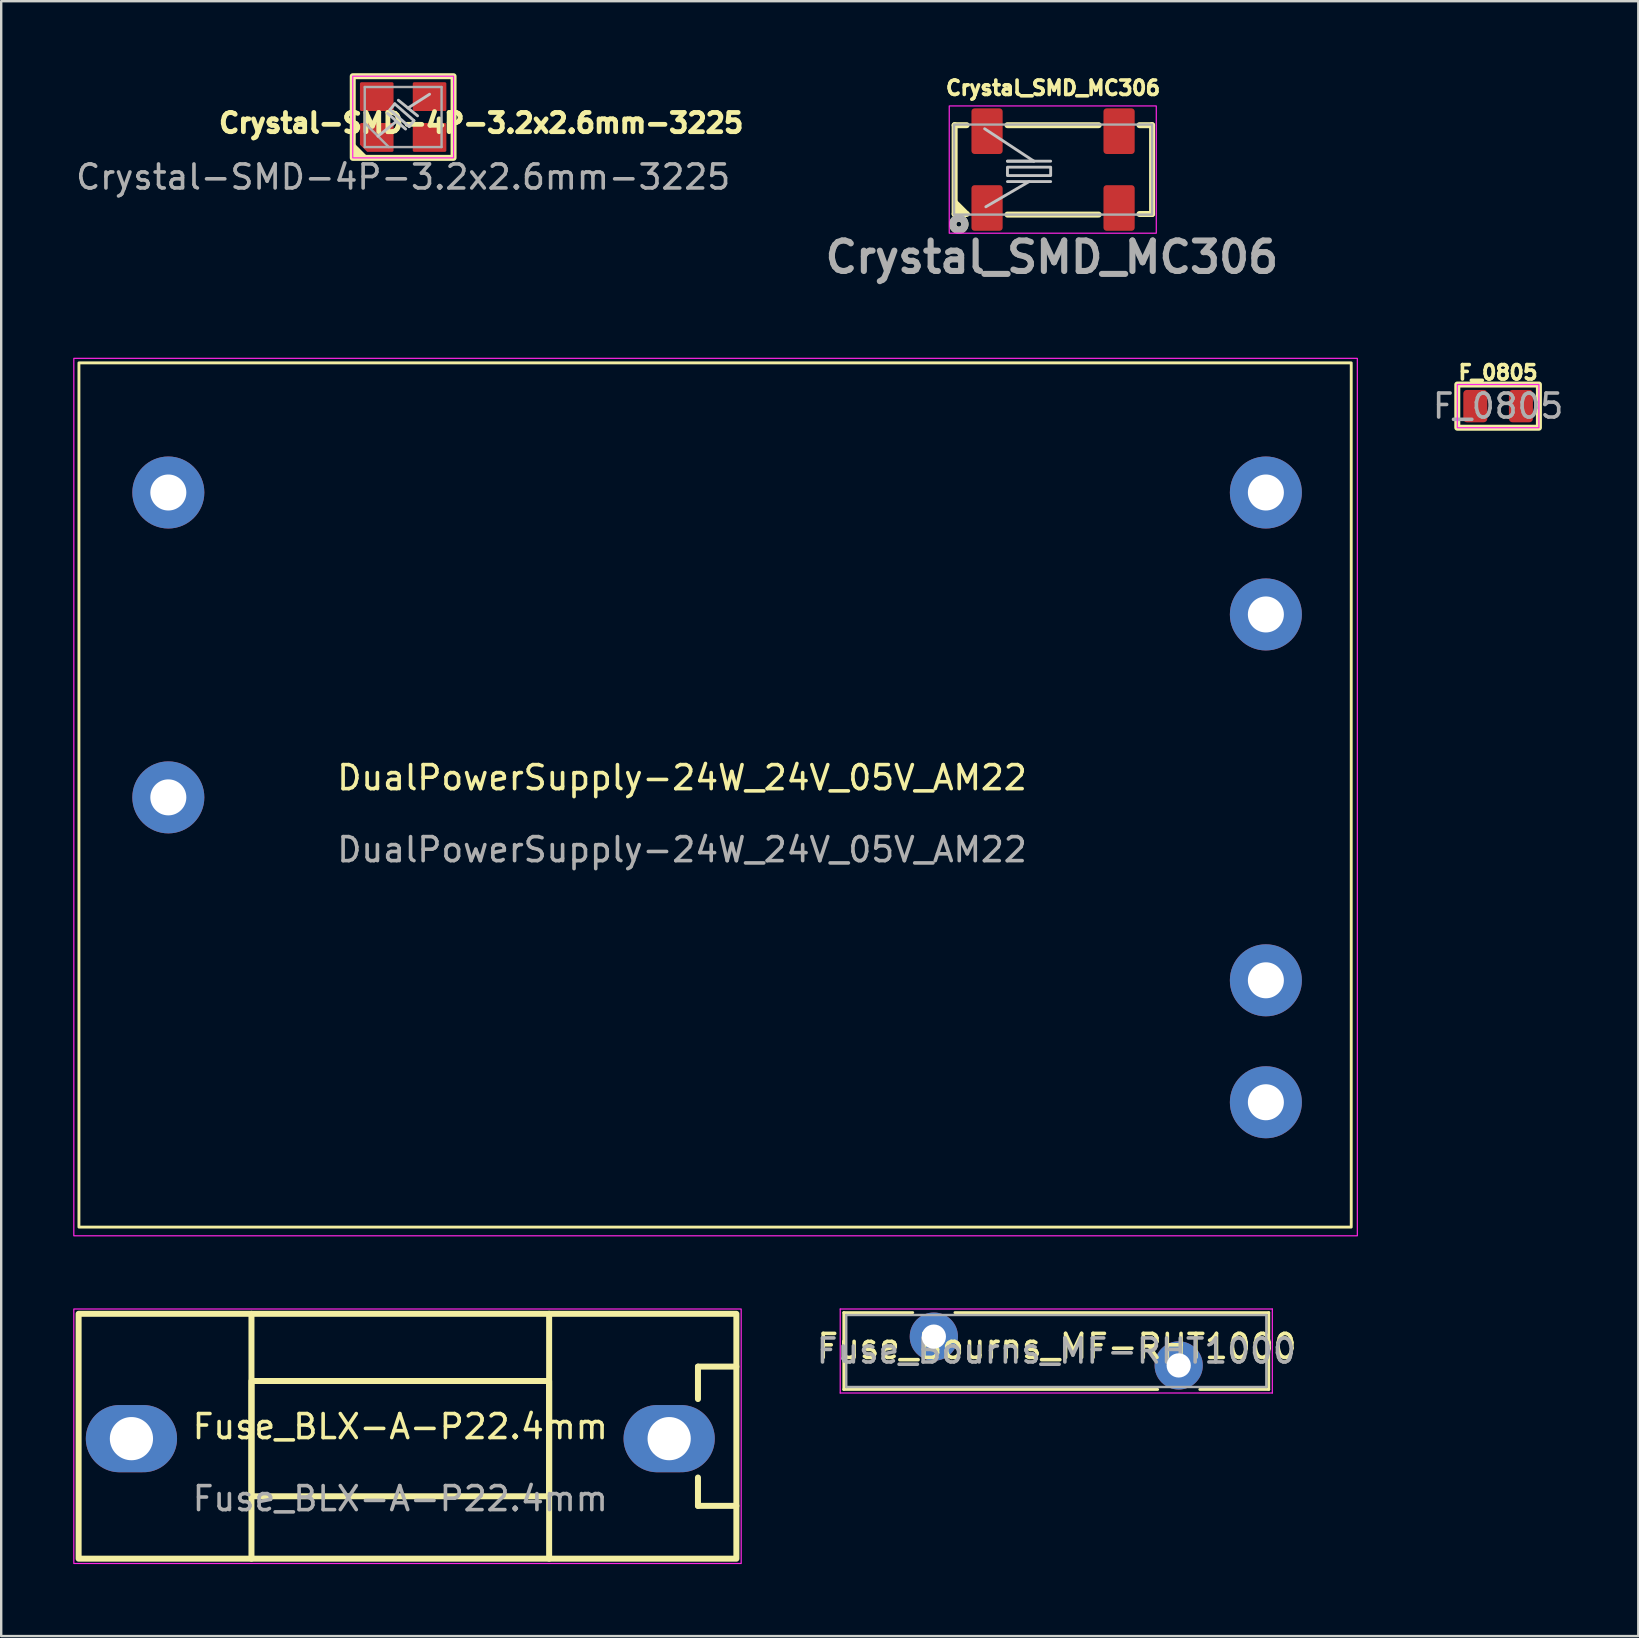
<source format=kicad_pcb>
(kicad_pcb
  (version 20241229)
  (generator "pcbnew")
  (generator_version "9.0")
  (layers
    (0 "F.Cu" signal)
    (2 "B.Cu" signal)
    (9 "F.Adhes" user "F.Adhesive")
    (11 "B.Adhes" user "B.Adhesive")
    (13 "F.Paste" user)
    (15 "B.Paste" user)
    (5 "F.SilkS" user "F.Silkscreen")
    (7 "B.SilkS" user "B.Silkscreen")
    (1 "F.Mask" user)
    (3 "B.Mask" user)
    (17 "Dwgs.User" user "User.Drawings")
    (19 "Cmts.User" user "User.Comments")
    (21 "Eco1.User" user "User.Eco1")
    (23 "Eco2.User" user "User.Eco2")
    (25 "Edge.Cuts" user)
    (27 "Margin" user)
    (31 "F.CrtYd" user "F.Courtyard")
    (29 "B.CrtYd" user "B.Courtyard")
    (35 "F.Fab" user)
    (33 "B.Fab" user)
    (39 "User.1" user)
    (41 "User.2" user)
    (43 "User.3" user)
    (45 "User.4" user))
  (footprint "Crystal-SMD-4P-3.2x2.6mm-3225"
    (layer "F.Cu")
    (at 13.744 1.825)
    (property "Reference" "Crystal-SMD-4P-3.2x2.6mm-3225" (at 3.25 0.25 0) (unlocked yes) (layer "F.SilkS") (effects (font (size 0.8 0.8) (thickness 0.2) (bold yes))))
    (attr smd)
    (fp_rect (start -2.1 -1.7) (end 2.1 1.7) (stroke (width 0.25) (type default)) (fill no) (layer "F.SilkS"))
    (fp_poly (pts (xy -1.5 1.7) (xy -2.1 1.1) (xy -2.1 1.7)) (stroke (width 0.1) (type solid)) (fill yes) (layer "F.SilkS"))
    (fp_line (start -1.05 0.8) (end -0.275 0.175) (stroke (width 0.12) (type default)) (layer "Dwgs.User"))
    (fp_line (start -0.65 -0.15) (end 0.1 0.5) (stroke (width 0.12) (type default)) (layer "Dwgs.User"))
    (fp_line (start -0.55 -0.3) (end 0.25 0.4) (stroke (width 0.12) (type default)) (layer "Dwgs.User"))
    (fp_line (start -0.35 -0.55) (end -0.55 -0.3) (stroke (width 0.12) (type default)) (layer "Dwgs.User"))
    (fp_line (start -0.2 -0.7) (end 0.6 -0.05) (stroke (width 0.12) (type default)) (layer "Dwgs.User"))
    (fp_line (start 0.2 -0.375) (end 1.1 -0.95) (stroke (width 0.12) (type default)) (layer "Dwgs.User"))
    (fp_line (start 0.25 0.4) (end 0.45 0.15) (stroke (width 0.12) (type default)) (layer "Dwgs.User"))
    (fp_line (start 0.45 0.15) (end -0.35 -0.55) (stroke (width 0.12) (type default)) (layer "Dwgs.User"))
    (fp_rect (start -2.1 -1.7) (end 2.1 1.7) (stroke (width 0.05) (type default)) (fill no) (layer "F.CrtYd"))
    (fp_line (start -1.6 -1.25) (end -1.6 1.25) (stroke (width 0.1) (type solid)) (layer "F.Fab"))
    (fp_line (start -1.6 0.25) (end -0.6 1.25) (stroke (width 0.1) (type solid)) (layer "F.Fab"))
    (fp_line (start -1.6 1.25) (end 1.6 1.25) (stroke (width 0.1) (type solid)) (layer "F.Fab"))
    (fp_line (start 1.6 -1.25) (end -1.6 -1.25) (stroke (width 0.1) (type solid)) (layer "F.Fab"))
    (fp_line (start 1.6 1.25) (end 1.6 -1.25) (stroke (width 0.1) (type solid)) (layer "F.Fab"))
    (fp_text user "${REFERENCE}" (at 0 2.5 0) (unlocked yes) (layer "F.Fab") (effects (font (size 1 1) (thickness 0.15))))
    (pad "1" smd roundrect (at -1.1 0.85) (size 1.4 1.2) (layers "F.Cu" "F.Mask" "F.Paste") (roundrect_rratio 0.05) (chamfer_ratio 0.25) (chamfer bottom_left))
    (pad "2" smd roundrect (at 1.1 0.85) (size 1.4 1.2) (layers "F.Cu" "F.Mask" "F.Paste") (roundrect_rratio 0.05))
    (pad "3" smd roundrect (at 1.1 -0.85) (size 1.4 1.2) (layers "F.Cu" "F.Mask" "F.Paste") (roundrect_rratio 0.05))
    (pad "4" smd roundrect (at -1.1 -0.85) (size 1.4 1.2) (layers "F.Cu" "F.Mask" "F.Paste") (roundrect_rratio 0.05)))
  (footprint "DualPowerSupply-24W_24V_05V_AM22"
    (layer "F.Cu")
    (at 3.962 17.466)
    (property "Reference" "DualPowerSupply-24W_24V_05V_AM22" (at 21.4 11.88 0) (unlocked yes) (layer "F.SilkS") (effects (font (size 1 1) (thickness 0.15))))
    (attr through_hole)
    (fp_rect (start -3.724 -5.4) (end 49.276 30.6) (stroke (width 0.12) (type solid)) (fill no) (layer "F.SilkS"))
    (fp_rect (start 49.53 30.963) (end -3.937 -5.588) (stroke (width 0.05) (type default)) (fill no) (layer "F.CrtYd"))
    (fp_text user "${REFERENCE}" (at 21.4 14.88 0) (unlocked yes) (layer "F.Fab") (effects (font (size 1 1) (thickness 0.15))))
    (pad "1" thru_hole circle (at 0 0) (size 3 3) (drill 1.5) (layers "*.Cu" "*.Mask"))
    (pad "2" thru_hole circle (at 0 12.7) (size 3 3) (drill 1.5) (layers "*.Cu" "*.Mask"))
    (pad "3" thru_hole circle (at 45.72 0) (size 3 3) (drill 1.5) (layers "*.Cu" "*.Mask"))
    (pad "4" thru_hole circle (at 45.72 5.08) (size 3 3) (drill 1.5) (layers "*.Cu" "*.Mask"))
    (pad "5" thru_hole circle (at 45.72 20.32) (size 3 3) (drill 1.5) (layers "*.Cu" "*.Mask"))
    (pad "6" thru_hole circle (at 45.72 25.4) (size 3 3) (drill 1.5) (layers "*.Cu" "*.Mask")))
  (footprint "Crystal_SMD_MC306"
    (layer "F.Cu")
    (at 40.817 4.014)
    (property "Reference" "Crystal_SMD_MC306" (at 0 -3.4 0) (layer "F.SilkS") (effects (font (size 0.6 0.6) (thickness 0.15) (bold yes))))
    (attr smd)
    (fp_line (start -4.1 -1.85) (end -4.1 1.85) (stroke (width 0.25) (type solid)) (layer "F.SilkS"))
    (fp_line (start -4.1 -1.85) (end -3.6 -1.85) (stroke (width 0.25) (type default)) (layer "F.SilkS"))
    (fp_line (start -4.1 1.85) (end -3.6 1.85) (stroke (width 0.25) (type default)) (layer "F.SilkS"))
    (fp_line (start -1.9 -1.85) (end 1.9 -1.85) (stroke (width 0.25) (type solid)) (layer "F.SilkS"))
    (fp_line (start -1.9 1.875) (end 1.9 1.875) (stroke (width 0.25) (type solid)) (layer "F.SilkS"))
    (fp_line (start 3.6 -1.85) (end 4.125 -1.85) (stroke (width 0.25) (type default)) (layer "F.SilkS"))
    (fp_line (start 3.6 1.85) (end 4.125 1.85) (stroke (width 0.25) (type default)) (layer "F.SilkS"))
    (fp_line (start 4.125 -1.85) (end 4.125 1.85) (stroke (width 0.25) (type solid)) (layer "F.SilkS"))
    (fp_circle (center -3.925 2.275) (end -4.025 2.25) (stroke (width 0.3) (type solid)) (fill no) (layer "F.SilkS"))
    (fp_poly (pts (xy -3.5 1.85) (xy -4.125 1.85) (xy -4.125 1.225)) (stroke (width 0.1) (type solid)) (fill yes) (layer "F.SilkS"))
    (fp_line (start -2.85 -1.7) (end -0.8 -0.35) (stroke (width 0.12) (type default)) (layer "Dwgs.User"))
    (fp_line (start -1.9 -0.35) (end -0.1 -0.35) (stroke (width 0.12) (type default)) (layer "Dwgs.User"))
    (fp_line (start -1.9 0.5) (end -0.1 0.5) (stroke (width 0.12) (type default)) (layer "Dwgs.User"))
    (fp_line (start -1 0.5) (end -2.8 1.55) (stroke (width 0.12) (type default)) (layer "Dwgs.User"))
    (fp_line (start -0.8 -0.35) (end -1.9 -0.35) (stroke (width 0.12) (type default)) (layer "Dwgs.User"))
    (fp_rect (start -1.9 -0.1) (end -0.1 0.25) (stroke (width 0.12) (type default)) (fill no) (layer "Dwgs.User"))
    (fp_rect (start -4.325 -2.65) (end 4.3 2.65) (stroke (width 0.05) (type default)) (fill no) (layer "F.CrtYd"))
    (fp_rect (start -4.125 -1.875) (end 4.125 1.875) (stroke (width 0.1) (type default)) (fill no) (layer "F.Fab"))
    (fp_circle (center -3.925 2.275) (end -3.822 2.275) (stroke (width 0.3) (type solid)) (fill no) (layer "F.Fab"))
    (fp_text user "${REFERENCE}" (at -0.05 3.65 0) (layer "F.Fab") (effects (font (size 1.27 1.27) (thickness 0.254))))
    (pad "1" smd roundrect (at -2.75 1.6) (size 1.3 1.9) (layers "F.Cu" "F.Mask" "F.Paste") (roundrect_rratio 0.1))
    (pad "2" smd roundrect (at 2.75 1.6) (size 1.3 1.9) (layers "F.Cu" "F.Mask" "F.Paste") (roundrect_rratio 0.1))
    (pad "3" smd roundrect (at 2.75 -1.6) (size 1.3 1.9) (layers "F.Cu" "F.Mask" "F.Paste") (roundrect_rratio 0.1))
    (pad "4" smd roundrect (at -2.75 -1.6) (size 1.3 1.9) (layers "F.Cu" "F.Mask" "F.Paste") (roundrect_rratio 0.1)))
  (footprint "Fuse_Bourns_MF-RHT1000"
    (layer "F.Cu")
    (at 35.851 52.629)
    (property "Reference" "Fuse_Bourns_MF-RHT1000" (at 5.13 0.41 0) (layer "F.SilkS") (effects (font (size 1 1) (thickness 0.15))))
    (attr through_hole)
    (fp_line (start -3.751 -1) (end -3.751 2.2) (stroke (width 0.12) (type solid)) (layer "F.SilkS"))
    (fp_line (start -3.751 -1) (end -0.879 -1) (stroke (width 0.12) (type solid)) (layer "F.SilkS"))
    (fp_line (start -3.751 2.2) (end 9.322 2.2) (stroke (width 0.12) (type solid)) (layer "F.SilkS"))
    (fp_line (start 0.879 -1) (end 13.95 -1) (stroke (width 0.12) (type solid)) (layer "F.SilkS"))
    (fp_line (start 11.079 2.2) (end 13.95 2.2) (stroke (width 0.12) (type solid)) (layer "F.SilkS"))
    (fp_line (start 13.95 -1) (end 13.95 2.2) (stroke (width 0.12) (type solid)) (layer "F.SilkS"))
    (fp_line (start -3.9 -1.15) (end -3.9 2.35) (stroke (width 0.05) (type solid)) (layer "F.CrtYd"))
    (fp_line (start -3.9 2.35) (end 14.1 2.35) (stroke (width 0.05) (type solid)) (layer "F.CrtYd"))
    (fp_line (start 14.1 -1.15) (end -3.9 -1.15) (stroke (width 0.05) (type solid)) (layer "F.CrtYd"))
    (fp_line (start 14.1 2.35) (end 14.1 -1.15) (stroke (width 0.05) (type solid)) (layer "F.CrtYd"))
    (fp_line (start -3.65 -0.9) (end -3.65 2.1) (stroke (width 0.1) (type solid)) (layer "F.Fab"))
    (fp_line (start -3.65 2.1) (end 13.85 2.1) (stroke (width 0.1) (type solid)) (layer "F.Fab"))
    (fp_line (start 13.85 -0.9) (end -3.65 -0.9) (stroke (width 0.1) (type solid)) (layer "F.Fab"))
    (fp_line (start 13.85 2.1) (end 13.85 -0.9) (stroke (width 0.1) (type solid)) (layer "F.Fab"))
    (fp_text user "${REFERENCE}" (at 5.1 0.6 0) (layer "F.Fab") (effects (font (size 1 1) (thickness 0.15))))
    (pad "1" thru_hole circle (at 0 0) (size 2.01 2.01) (drill 1.01) (layers "*.Cu" "*.Mask"))
    (pad "2" thru_hole circle (at 10.2 1.2) (size 2.01 2.01) (drill 1.01) (layers "*.Cu" "*.Mask")))
  (footprint "F_0805"
    (layer "F.Cu")
    (at 59.356 13.867)
    (property "Reference" "F_0805" (at 0 -1.4 0) (unlocked yes) (layer "F.SilkS") (effects (font (size 0.6 0.6) (thickness 0.15) (bold yes))))
    (attr smd)
    (fp_rect (start -1.7 -0.9) (end 1.7 0.9) (stroke (width 0.25) (type default)) (fill no) (layer "F.SilkS"))
    (fp_rect (start -1.7 -0.9) (end 1.7 0.9) (stroke (width 0.05) (type default)) (fill no) (layer "F.CrtYd"))
    (fp_text user "${REFERENCE}" (at 0 0 0) (unlocked yes) (layer "F.Fab") (effects (font (size 1 1) (thickness 0.15))))
    (pad "1" smd roundrect (at -0.95 0) (size 1 1.35) (layers "F.Cu" "F.Mask" "F.Paste") (roundrect_rratio 0.15))
    (pad "2" smd roundrect (at 0.95 0) (size 1 1.35) (layers "F.Cu" "F.Mask" "F.Paste") (roundrect_rratio 0.15)))
  (footprint "Fuse_BLX-A-P22.4mm"
    (layer "F.Cu")
    (at 13.625 56.879)
    (property "Reference" "Fuse_BLX-A-P22.4mm" (at 0 -0.5 0) (unlocked yes) (layer "F.SilkS") (effects (font (size 1 1) (thickness 0.15))))
    (attr through_hole)
    (fp_line (start -6.2 -5.2) (end -6.2 5) (stroke (width 0.25) (type solid)) (layer "F.SilkS"))
    (fp_line (start 6.2 -5.2) (end 6.2 5) (stroke (width 0.25) (type solid)) (layer "F.SilkS"))
    (fp_line (start 12.4 -3) (end 12.4 -1.65) (stroke (width 0.25) (type solid)) (layer "F.SilkS"))
    (fp_line (start 12.4 2.8) (end 12.4 1.62) (stroke (width 0.25) (type solid)) (layer "F.SilkS"))
    (fp_line (start 14 -3) (end 12.4 -3) (stroke (width 0.25) (type solid)) (layer "F.SilkS"))
    (fp_line (start 14 2.8) (end 12.4 2.8) (stroke (width 0.25) (type solid)) (layer "F.SilkS"))
    (fp_rect (start -13.4 -5.2) (end 14 5) (stroke (width 0.25) (type solid)) (fill no) (layer "F.SilkS"))
    (fp_rect (start -6.2 -2.4) (end 6.2 2.4) (stroke (width 0.25) (type solid)) (fill no) (layer "F.SilkS"))
    (fp_rect (start -13.6 -5.4) (end 14.2 5.2) (stroke (width 0.05) (type solid)) (fill no) (layer "F.CrtYd"))
    (fp_text user "${REFERENCE}" (at 0 2.5 0) (unlocked yes) (layer "F.Fab") (effects (font (size 1 1) (thickness 0.15))))
    (pad "1" thru_hole oval (at -11.2 0) (size 3.8 2.8) (drill 1.8) (layers "*.Cu" "*.Mask"))
    (pad "2" thru_hole oval (at 11.2 0) (size 3.8 2.8) (drill 1.8) (layers "*.Cu" "*.Mask")))
  (gr_rect
    (start -3 -3)
    (end 65.196 65.104)
    (stroke (width 0.1) (type default))
    (fill no)
    (layer "Edge.Cuts")))
</source>
